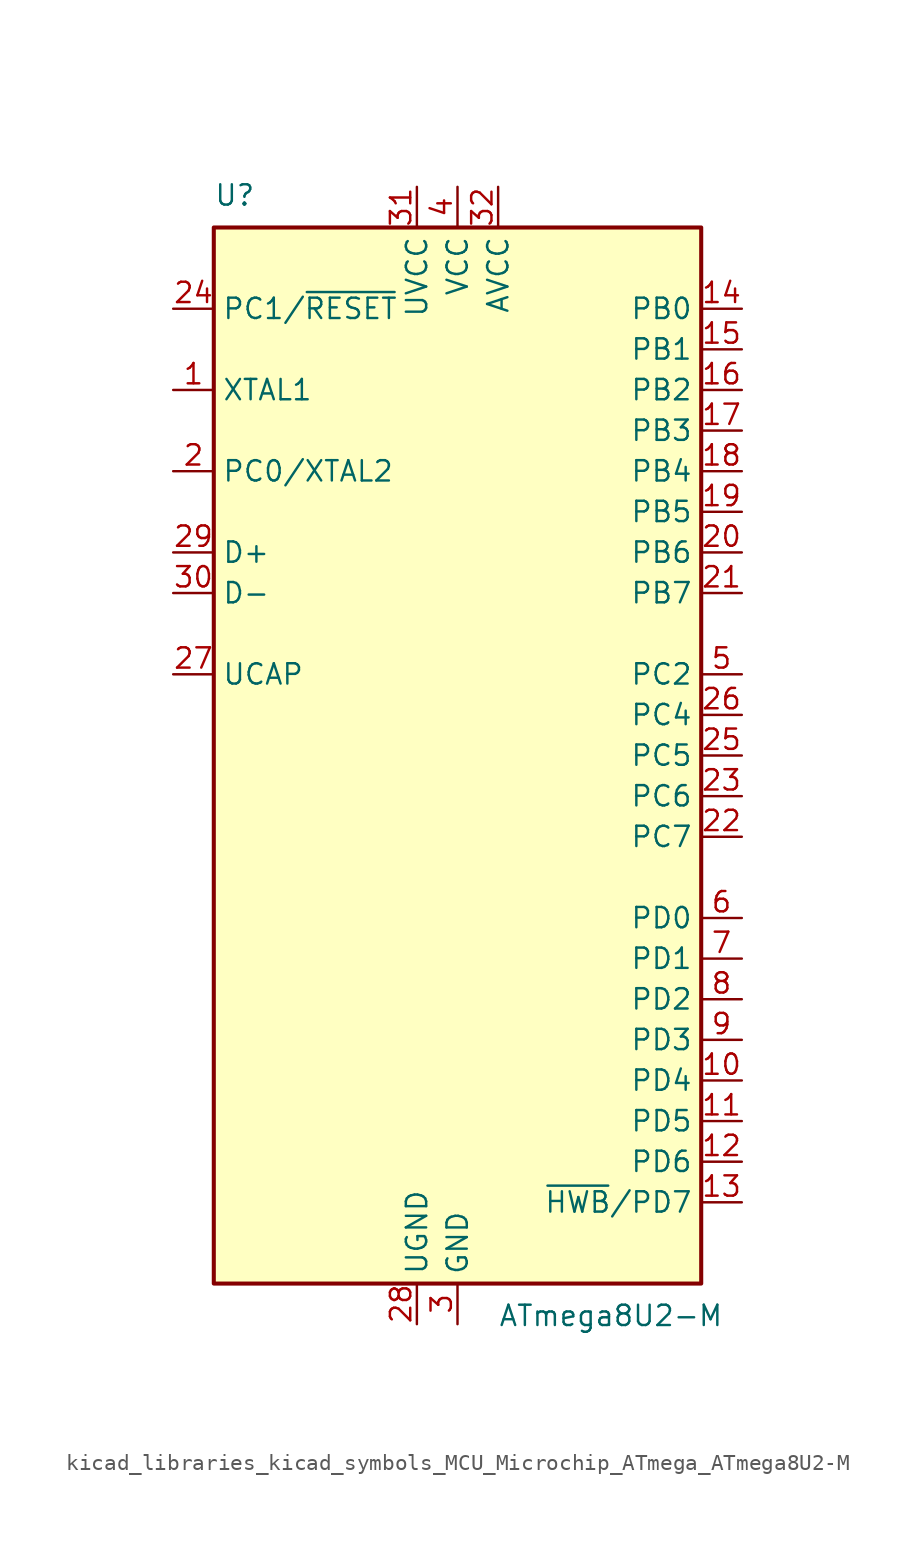
<source format=kicad_sym>
(kicad_symbol_lib
  (version 20220914)
  (generator kicad_symbol_editor)
  (symbol "kicad_libraries_kicad_symbols_MCU_Microchip_ATmega_ATmega8U2-M"
    (property "Reference" "U"
      (at -15.24 34.29 0)
      (effects (font (size 1.27 1.27)) (justify left bottom)))
    (property "Value" "ATmega8U2-M"
      (at 2.54 -34.29 0)
      (effects (font (size 1.27 1.27)) (justify left top)))
    (symbol "kicad_libraries_kicad_symbols_MCU_Microchip_ATmega_ATmega8U2-M_0_1"
      (rectangle (start -15.24 -33.02) (end 15.24 33.02) (stroke (width 0.254) (type default)) (fill (type background))))
    (symbol "kicad_libraries_kicad_symbols_MCU_Microchip_ATmega_ATmega8U2-M_1_1"
      (pin input line (at -17.78 22.86 0) (length 2.54) (name "XTAL1" (effects (font (size 1.27 1.27)))) (number "1" (effects (font (size 1.27 1.27)))))
      (pin bidirectional line (at 17.78 -20.32 180) (length 2.54) (name "PD4" (effects (font (size 1.27 1.27)))) (number "10" (effects (font (size 1.27 1.27)))))
      (pin bidirectional line (at 17.78 -22.86 180) (length 2.54) (name "PD5" (effects (font (size 1.27 1.27)))) (number "11" (effects (font (size 1.27 1.27)))))
      (pin bidirectional line (at 17.78 -25.4 180) (length 2.54) (name "PD6" (effects (font (size 1.27 1.27)))) (number "12" (effects (font (size 1.27 1.27)))))
      (pin bidirectional line (at 17.78 -27.94 180) (length 2.54) (name "~{HWB}/PD7" (effects (font (size 1.27 1.27)))) (number "13" (effects (font (size 1.27 1.27)))))
      (pin bidirectional line (at 17.78 27.94 180) (length 2.54) (name "PB0" (effects (font (size 1.27 1.27)))) (number "14" (effects (font (size 1.27 1.27)))))
      (pin bidirectional line (at 17.78 25.4 180) (length 2.54) (name "PB1" (effects (font (size 1.27 1.27)))) (number "15" (effects (font (size 1.27 1.27)))))
      (pin bidirectional line (at 17.78 22.86 180) (length 2.54) (name "PB2" (effects (font (size 1.27 1.27)))) (number "16" (effects (font (size 1.27 1.27)))))
      (pin bidirectional line (at 17.78 20.32 180) (length 2.54) (name "PB3" (effects (font (size 1.27 1.27)))) (number "17" (effects (font (size 1.27 1.27)))))
      (pin bidirectional line (at 17.78 17.78 180) (length 2.54) (name "PB4" (effects (font (size 1.27 1.27)))) (number "18" (effects (font (size 1.27 1.27)))))
      (pin bidirectional line (at 17.78 15.24 180) (length 2.54) (name "PB5" (effects (font (size 1.27 1.27)))) (number "19" (effects (font (size 1.27 1.27)))))
      (pin bidirectional line (at -17.78 17.78 0) (length 2.54) (name "PC0/XTAL2" (effects (font (size 1.27 1.27)))) (number "2" (effects (font (size 1.27 1.27)))))
      (pin bidirectional line (at 17.78 12.7 180) (length 2.54) (name "PB6" (effects (font (size 1.27 1.27)))) (number "20" (effects (font (size 1.27 1.27)))))
      (pin bidirectional line (at 17.78 10.16 180) (length 2.54) (name "PB7" (effects (font (size 1.27 1.27)))) (number "21" (effects (font (size 1.27 1.27)))))
      (pin bidirectional line (at 17.78 -5.08 180) (length 2.54) (name "PC7" (effects (font (size 1.27 1.27)))) (number "22" (effects (font (size 1.27 1.27)))))
      (pin bidirectional line (at 17.78 -2.54 180) (length 2.54) (name "PC6" (effects (font (size 1.27 1.27)))) (number "23" (effects (font (size 1.27 1.27)))))
      (pin bidirectional line (at -17.78 27.94 0) (length 2.54) (name "PC1/~{RESET}" (effects (font (size 1.27 1.27)))) (number "24" (effects (font (size 1.27 1.27)))))
      (pin bidirectional line (at 17.78 0 180) (length 2.54) (name "PC5" (effects (font (size 1.27 1.27)))) (number "25" (effects (font (size 1.27 1.27)))))
      (pin bidirectional line (at 17.78 2.54 180) (length 2.54) (name "PC4" (effects (font (size 1.27 1.27)))) (number "26" (effects (font (size 1.27 1.27)))))
      (pin passive line (at -17.78 5.08 0) (length 2.54) (name "UCAP" (effects (font (size 1.27 1.27)))) (number "27" (effects (font (size 1.27 1.27)))))
      (pin power_in line (at -2.54 -35.56 90) (length 2.54) (name "UGND" (effects (font (size 1.27 1.27)))) (number "28" (effects (font (size 1.27 1.27)))))
      (pin bidirectional line (at -17.78 12.7 0) (length 2.54) (name "D+" (effects (font (size 1.27 1.27)))) (number "29" (effects (font (size 1.27 1.27)))))
      (pin power_in line (at 0 -35.56 90) (length 2.54) (name "GND" (effects (font (size 1.27 1.27)))) (number "3" (effects (font (size 1.27 1.27)))))
      (pin bidirectional line (at -17.78 10.16 0) (length 2.54) (name "D-" (effects (font (size 1.27 1.27)))) (number "30" (effects (font (size 1.27 1.27)))))
      (pin power_in line (at -2.54 35.56 270) (length 2.54) (name "UVCC" (effects (font (size 1.27 1.27)))) (number "31" (effects (font (size 1.27 1.27)))))
      (pin power_in line (at 2.54 35.56 270) (length 2.54) (name "AVCC" (effects (font (size 1.27 1.27)))) (number "32" (effects (font (size 1.27 1.27)))))
      (pin passive line (at 0 -35.56 90) (length 2.54) hide (name "GND" (effects (font (size 1.27 1.27)))) (number "33" (effects (font (size 1.27 1.27)))))
      (pin power_in line (at 0 35.56 270) (length 2.54) (name "VCC" (effects (font (size 1.27 1.27)))) (number "4" (effects (font (size 1.27 1.27)))))
      (pin bidirectional line (at 17.78 5.08 180) (length 2.54) (name "PC2" (effects (font (size 1.27 1.27)))) (number "5" (effects (font (size 1.27 1.27)))))
      (pin bidirectional line (at 17.78 -10.16 180) (length 2.54) (name "PD0" (effects (font (size 1.27 1.27)))) (number "6" (effects (font (size 1.27 1.27)))))
      (pin bidirectional line (at 17.78 -12.7 180) (length 2.54) (name "PD1" (effects (font (size 1.27 1.27)))) (number "7" (effects (font (size 1.27 1.27)))))
      (pin bidirectional line (at 17.78 -15.24 180) (length 2.54) (name "PD2" (effects (font (size 1.27 1.27)))) (number "8" (effects (font (size 1.27 1.27)))))
      (pin bidirectional line (at 17.78 -17.78 180) (length 2.54) (name "PD3" (effects (font (size 1.27 1.27)))) (number "9" (effects (font (size 1.27 1.27))))))))
</source>
